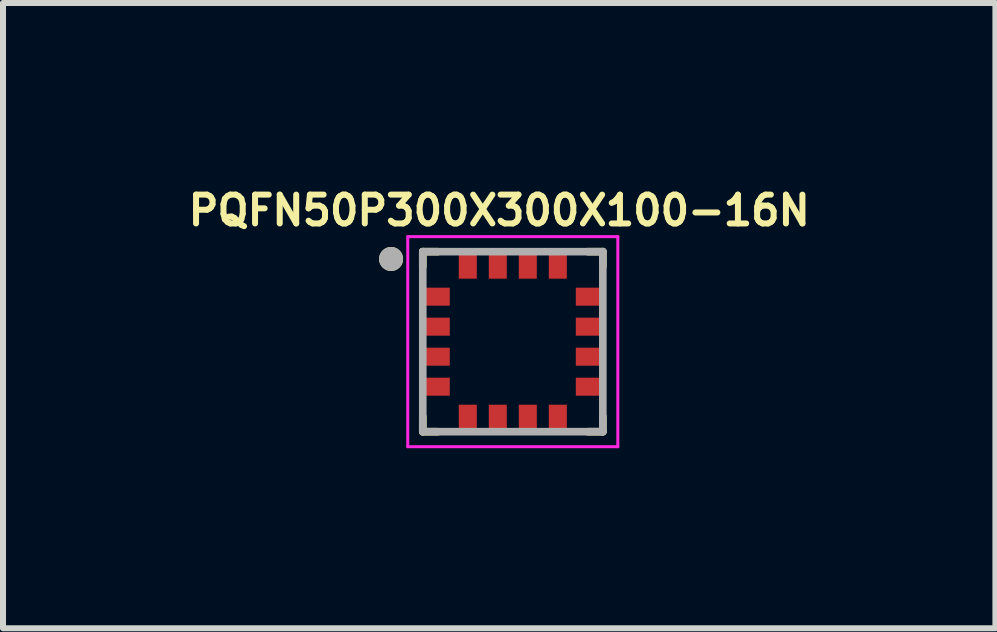
<source format=kicad_pcb>
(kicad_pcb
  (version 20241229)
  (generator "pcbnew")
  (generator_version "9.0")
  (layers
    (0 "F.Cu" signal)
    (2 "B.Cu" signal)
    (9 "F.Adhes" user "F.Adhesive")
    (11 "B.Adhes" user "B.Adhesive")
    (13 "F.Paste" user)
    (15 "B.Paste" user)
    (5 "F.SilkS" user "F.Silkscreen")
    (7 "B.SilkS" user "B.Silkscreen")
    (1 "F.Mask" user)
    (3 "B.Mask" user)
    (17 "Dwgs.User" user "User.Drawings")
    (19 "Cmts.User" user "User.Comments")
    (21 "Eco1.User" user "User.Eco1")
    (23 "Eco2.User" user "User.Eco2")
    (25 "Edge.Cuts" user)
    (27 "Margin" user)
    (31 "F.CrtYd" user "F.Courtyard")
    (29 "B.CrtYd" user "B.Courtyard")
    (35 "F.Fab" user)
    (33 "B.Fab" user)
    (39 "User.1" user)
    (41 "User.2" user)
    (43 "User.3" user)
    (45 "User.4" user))
  (footprint "PQFN50P300X300X100-16N"
    (layer "F.Cu")
    (at 5.494 2.643)
    (property "Reference" "PQFN50P300X300X100-16N" (at -0.226 -2.187 0) (layer "F.SilkS") (effects (font (size 0.48 0.48) (thickness 0.1))))
    (attr smd)
    (fp_line (start -1.5 -1.5) (end -1.25 -1.5) (stroke (width 0.127) (type solid)) (layer "F.SilkS"))
    (fp_line (start -1.5 -1.25) (end -1.5 -1.5) (stroke (width 0.127) (type solid)) (layer "F.SilkS"))
    (fp_line (start -1.5 1.5) (end -1.5 1.25) (stroke (width 0.127) (type solid)) (layer "F.SilkS"))
    (fp_line (start -1.25 1.5) (end -1.5 1.5) (stroke (width 0.127) (type solid)) (layer "F.SilkS"))
    (fp_line (start 1.25 -1.5) (end 1.5 -1.5) (stroke (width 0.127) (type solid)) (layer "F.SilkS"))
    (fp_line (start 1.5 -1.5) (end 1.5 -1.25) (stroke (width 0.127) (type solid)) (layer "F.SilkS"))
    (fp_line (start 1.5 1.25) (end 1.5 1.5) (stroke (width 0.127) (type solid)) (layer "F.SilkS"))
    (fp_line (start 1.5 1.5) (end 1.25 1.5) (stroke (width 0.127) (type solid)) (layer "F.SilkS"))
    (fp_circle (center -2.028 -1.378) (end -1.928 -1.378) (stroke (width 0.2) (type solid)) (fill no) (layer "F.SilkS"))
    (fp_line (start -1.75 -1.75) (end 1.75 -1.75) (stroke (width 0.05) (type solid)) (layer "F.CrtYd"))
    (fp_line (start -1.75 1.75) (end -1.75 -1.75) (stroke (width 0.05) (type solid)) (layer "F.CrtYd"))
    (fp_line (start 1.75 -1.75) (end 1.75 1.75) (stroke (width 0.05) (type solid)) (layer "F.CrtYd"))
    (fp_line (start 1.75 1.75) (end -1.75 1.75) (stroke (width 0.05) (type solid)) (layer "F.CrtYd"))
    (fp_line (start -1.5 -1.5) (end 1.5 -1.5) (stroke (width 0.127) (type solid)) (layer "F.Fab"))
    (fp_line (start -1.5 1.5) (end -1.5 -1.5) (stroke (width 0.127) (type solid)) (layer "F.Fab"))
    (fp_line (start 1.5 -1.5) (end 1.5 1.5) (stroke (width 0.127) (type solid)) (layer "F.Fab"))
    (fp_line (start 1.5 1.5) (end -1.5 1.5) (stroke (width 0.127) (type solid)) (layer "F.Fab"))
    (fp_circle (center -2.028 -1.378) (end -1.928 -1.378) (stroke (width 0.2) (type solid)) (fill no) (layer "F.Fab"))
    (pad "1" smd rect (at -1.275 -0.75) (size 0.45 0.3) (layers "F.Cu" "F.Mask" "F.Paste"))
    (pad "2" smd rect (at -1.275 -0.25) (size 0.45 0.3) (layers "F.Cu" "F.Mask" "F.Paste"))
    (pad "3" smd rect (at -1.275 0.25) (size 0.45 0.3) (layers "F.Cu" "F.Mask" "F.Paste"))
    (pad "4" smd rect (at -1.275 0.75) (size 0.45 0.3) (layers "F.Cu" "F.Mask" "F.Paste"))
    (pad "5" smd rect (at -0.75 1.275) (size 0.3 0.45) (layers "F.Cu" "F.Mask" "F.Paste"))
    (pad "6" smd rect (at -0.25 1.275) (size 0.3 0.45) (layers "F.Cu" "F.Mask" "F.Paste"))
    (pad "7" smd rect (at 0.25 1.275) (size 0.3 0.45) (layers "F.Cu" "F.Mask" "F.Paste"))
    (pad "8" smd rect (at 0.75 1.275) (size 0.3 0.45) (layers "F.Cu" "F.Mask" "F.Paste"))
    (pad "9" smd rect (at 1.275 0.75) (size 0.45 0.3) (layers "F.Cu" "F.Mask" "F.Paste"))
    (pad "10" smd rect (at 1.275 0.25) (size 0.45 0.3) (layers "F.Cu" "F.Mask" "F.Paste"))
    (pad "11" smd rect (at 1.275 -0.25) (size 0.45 0.3) (layers "F.Cu" "F.Mask" "F.Paste"))
    (pad "12" smd rect (at 1.275 -0.75) (size 0.45 0.3) (layers "F.Cu" "F.Mask" "F.Paste"))
    (pad "13" smd rect (at 0.75 -1.275) (size 0.3 0.45) (layers "F.Cu" "F.Mask" "F.Paste"))
    (pad "14" smd rect (at 0.25 -1.275) (size 0.3 0.45) (layers "F.Cu" "F.Mask" "F.Paste"))
    (pad "15" smd rect (at -0.25 -1.275) (size 0.3 0.45) (layers "F.Cu" "F.Mask" "F.Paste"))
    (pad "16" smd rect (at -0.75 -1.275) (size 0.3 0.45) (layers "F.Cu" "F.Mask" "F.Paste")))
  (gr_rect
    (start -3 -3)
    (end 13.535 7.418)
    (stroke (width 0.1) (type default))
    (fill no)
    (layer "Edge.Cuts")))
</source>
